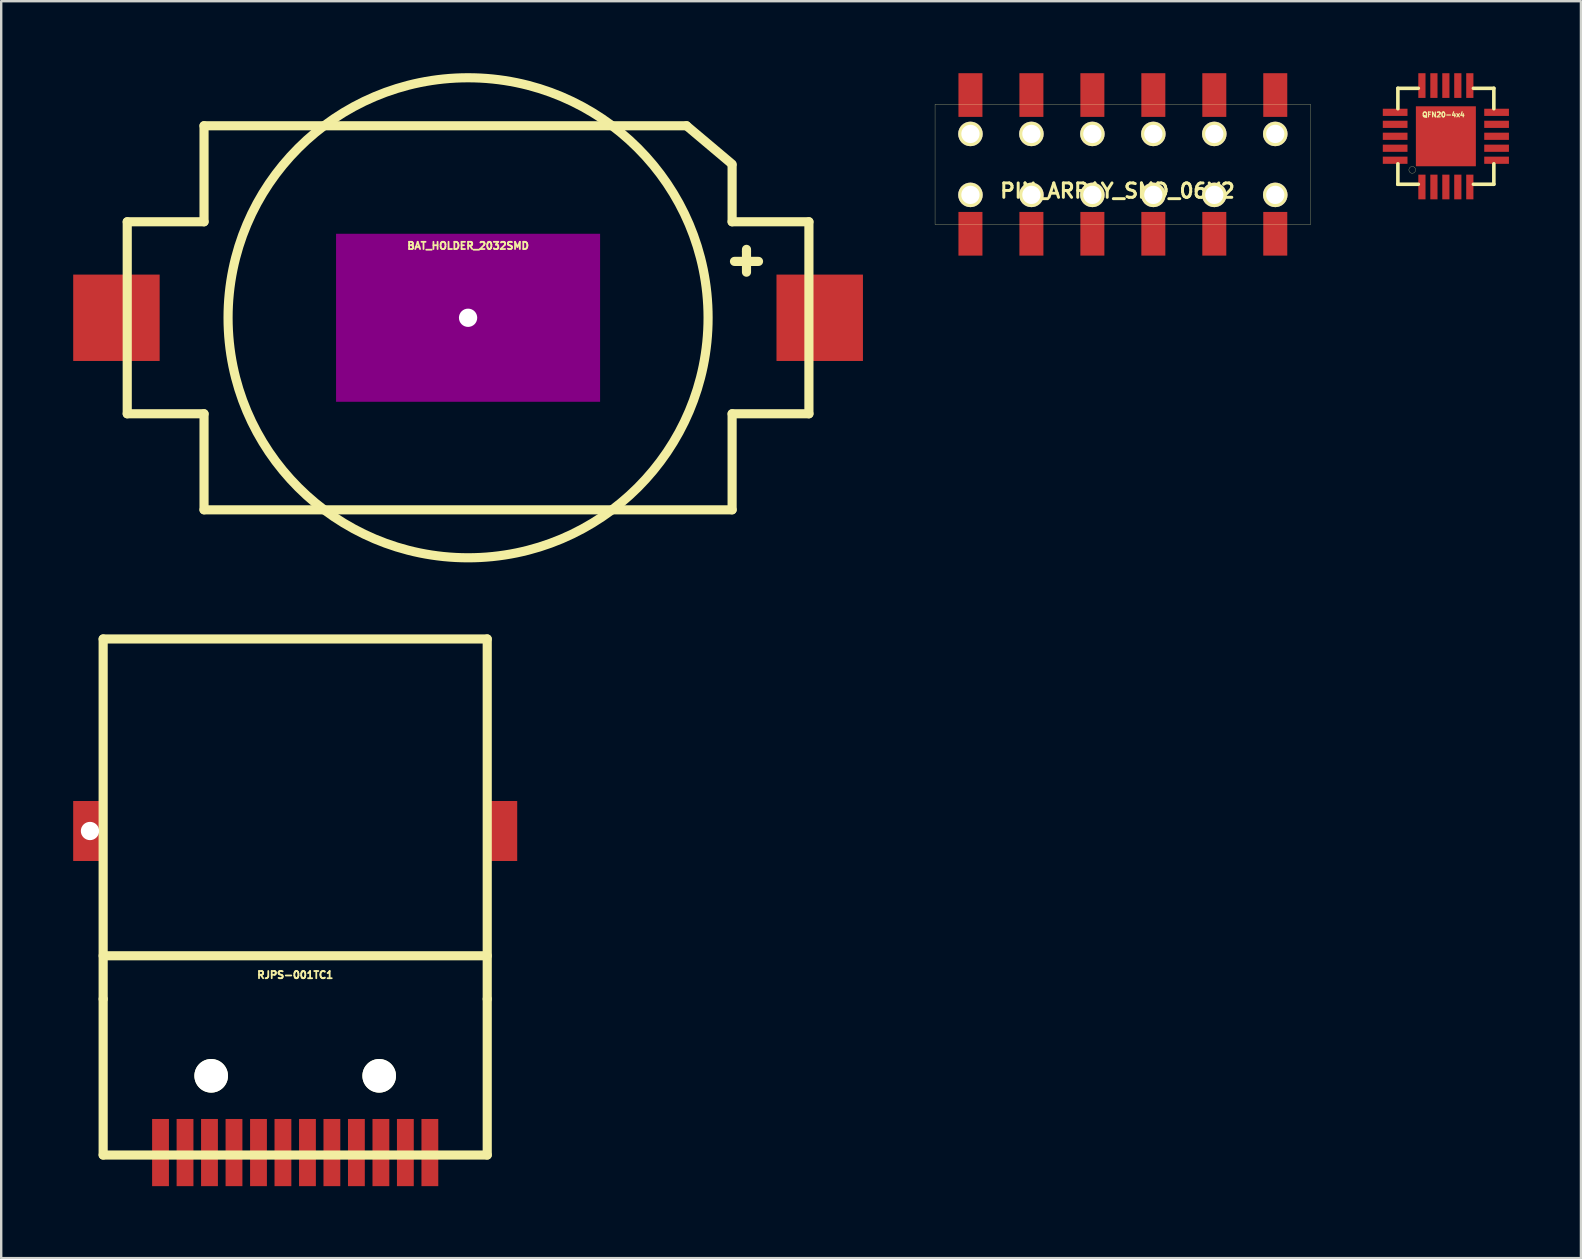
<source format=kicad_pcb>
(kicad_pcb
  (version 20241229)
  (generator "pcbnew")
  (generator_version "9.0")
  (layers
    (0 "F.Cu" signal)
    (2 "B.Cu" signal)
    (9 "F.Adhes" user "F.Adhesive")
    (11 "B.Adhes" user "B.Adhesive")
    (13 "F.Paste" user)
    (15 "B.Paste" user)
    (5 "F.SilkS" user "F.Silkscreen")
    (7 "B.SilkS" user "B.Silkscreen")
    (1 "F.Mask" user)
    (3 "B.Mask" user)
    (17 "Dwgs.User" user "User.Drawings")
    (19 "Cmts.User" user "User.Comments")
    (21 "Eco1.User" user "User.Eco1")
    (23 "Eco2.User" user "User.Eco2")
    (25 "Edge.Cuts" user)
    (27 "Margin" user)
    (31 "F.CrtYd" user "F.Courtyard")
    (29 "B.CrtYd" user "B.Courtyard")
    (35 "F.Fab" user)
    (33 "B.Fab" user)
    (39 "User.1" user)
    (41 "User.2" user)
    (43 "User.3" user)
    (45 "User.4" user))
  (footprint "PIN_ARRAY_SMD_06X2"
    (layer "F.Cu")
    (at 43.733 3.8)
    (property "Reference" "PIN_ARRAY_SMD_06X2" (at -0.225 1.1 0) (layer "F.SilkS") (effects (font (size 0.599 0.599) (thickness 0.124))))
    (attr through_hole)
    (fp_line (start -7.825 -2.5) (end 7.825 -2.5) (stroke (width 0.01) (type solid)) (layer "F.SilkS"))
    (fp_line (start -7.825 2.5) (end -7.825 -2.5) (stroke (width 0.01) (type solid)) (layer "F.SilkS"))
    (fp_line (start 7.825 -2.5) (end 7.825 2.5) (stroke (width 0.01) (type solid)) (layer "F.SilkS"))
    (fp_line (start 7.825 2.5) (end -7.825 2.5) (stroke (width 0.01) (type solid)) (layer "F.SilkS"))
    (pad "" np_thru_hole circle (at -6.35 -1.27) (size 1.02 1.02) (drill 0.762) (layers "*.Cu" "*.Mask" "F.SilkS"))
    (pad "" np_thru_hole circle (at -6.35 1.27) (size 1.02 1.02) (drill 0.762) (layers "*.Cu" "*.Mask" "F.SilkS"))
    (pad "" np_thru_hole circle (at -3.81 -1.27) (size 1.02 1.02) (drill 0.762) (layers "*.Cu" "*.Mask" "F.SilkS"))
    (pad "" np_thru_hole circle (at -3.81 1.27) (size 1.02 1.02) (drill 0.762) (layers "*.Cu" "*.Mask" "F.SilkS"))
    (pad "" np_thru_hole circle (at -1.27 -1.27) (size 1.02 1.02) (drill 0.762) (layers "*.Cu" "*.Mask" "F.SilkS"))
    (pad "" np_thru_hole circle (at -1.27 1.27) (size 1.02 1.02) (drill 0.762) (layers "*.Cu" "*.Mask" "F.SilkS"))
    (pad "" np_thru_hole circle (at 1.27 -1.27) (size 1.02 1.02) (drill 0.762) (layers "*.Cu" "*.Mask" "F.SilkS"))
    (pad "" np_thru_hole circle (at 1.27 1.27) (size 1.02 1.02) (drill 0.762) (layers "*.Cu" "*.Mask" "F.SilkS"))
    (pad "" np_thru_hole circle (at 3.81 -1.27) (size 1.02 1.02) (drill 0.762) (layers "*.Cu" "*.Mask" "F.SilkS"))
    (pad "" np_thru_hole circle (at 3.81 1.27) (size 1.02 1.02) (drill 0.762) (layers "*.Cu" "*.Mask" "F.SilkS"))
    (pad "" np_thru_hole circle (at 6.35 -1.27) (size 1.02 1.02) (drill 0.762) (layers "*.Cu" "*.Mask" "F.SilkS"))
    (pad "" np_thru_hole circle (at 6.35 1.27) (size 1.02 1.02) (drill 0.762) (layers "*.Cu" "*.Mask" "F.SilkS"))
    (pad "1" smd rect (at -6.35 2.89) (size 1 1.82) (layers "F.Cu" "F.Mask" "F.Paste"))
    (pad "2" smd rect (at -6.35 -2.89) (size 1 1.82) (layers "F.Cu" "F.Mask" "F.Paste"))
    (pad "3" smd rect (at -3.81 2.89) (size 1 1.82) (layers "F.Cu" "F.Mask" "F.Paste"))
    (pad "4" smd rect (at -3.81 -2.89) (size 1 1.82) (layers "F.Cu" "F.Mask" "F.Paste"))
    (pad "5" smd rect (at -1.27 2.89) (size 1 1.82) (layers "F.Cu" "F.Mask" "F.Paste"))
    (pad "6" smd rect (at -1.27 -2.89) (size 1 1.82) (layers "F.Cu" "F.Mask" "F.Paste"))
    (pad "7" smd rect (at 1.27 2.89) (size 1 1.82) (layers "F.Cu" "F.Mask" "F.Paste"))
    (pad "8" smd rect (at 1.27 -2.89) (size 1 1.82) (layers "F.Cu" "F.Mask" "F.Paste"))
    (pad "9" smd rect (at 3.81 2.89) (size 1 1.82) (layers "F.Cu" "F.Mask" "F.Paste"))
    (pad "10" smd rect (at 3.81 -2.89) (size 1 1.82) (layers "F.Cu" "F.Mask" "F.Paste"))
    (pad "11" smd rect (at 6.35 2.89) (size 1 1.82) (layers "F.Cu" "F.Mask" "F.Paste"))
    (pad "12" smd rect (at 6.35 -2.89) (size 1 1.82) (layers "F.Cu" "F.Mask" "F.Paste")))
  (footprint "BAT_HOLDER_2032SMD"
    (layer "F.Cu")
    (at 16.452 10.19)
    (property "Reference" "BAT_HOLDER_2032SMD" (at 0 -3 0) (layer "F.SilkS") (effects (font (size 0.3 0.3) (thickness 0.076))))
    (attr through_hole)
    (fp_line (start -14.201 -4) (end -14.201 4) (stroke (width 0.381) (type solid)) (layer "F.SilkS"))
    (fp_line (start -11.001 -8.001) (end -11.001 -4) (stroke (width 0.381) (type solid)) (layer "F.SilkS"))
    (fp_line (start -11.001 -8.001) (end 9.101 -8.001) (stroke (width 0.381) (type solid)) (layer "F.SilkS"))
    (fp_line (start -11.001 -4) (end -14.201 -4) (stroke (width 0.381) (type solid)) (layer "F.SilkS"))
    (fp_line (start -11.001 4) (end -14.201 4) (stroke (width 0.381) (type solid)) (layer "F.SilkS"))
    (fp_line (start -11.001 8.001) (end -11.001 4) (stroke (width 0.381) (type solid)) (layer "F.SilkS"))
    (fp_line (start -11.001 8.001) (end 11.001 8.001) (stroke (width 0.381) (type solid)) (layer "F.SilkS"))
    (fp_line (start 9.101 -8.001) (end 11.001 -6.401) (stroke (width 0.381) (type solid)) (layer "F.SilkS"))
    (fp_line (start 11.001 -4) (end 11.001 -6.35) (stroke (width 0.381) (type solid)) (layer "F.SilkS"))
    (fp_line (start 11.001 -4) (end 14.201 -4) (stroke (width 0.381) (type solid)) (layer "F.SilkS"))
    (fp_line (start 11.001 4) (end 14.201 4) (stroke (width 0.381) (type solid)) (layer "F.SilkS"))
    (fp_line (start 11.001 8.001) (end 11.001 4) (stroke (width 0.381) (type solid)) (layer "F.SilkS"))
    (fp_line (start 11.1 -2.349) (end 12.101 -2.349) (stroke (width 0.381) (type solid)) (layer "F.SilkS"))
    (fp_line (start 11.6 -2.751) (end 11.6 -2.85) (stroke (width 0.381) (type solid)) (layer "F.SilkS"))
    (fp_line (start 11.6 -1.9) (end 11.6 -2.751) (stroke (width 0.381) (type solid)) (layer "F.SilkS"))
    (fp_line (start 14.201 4) (end 14.201 -4) (stroke (width 0.381) (type solid)) (layer "F.SilkS"))
    (fp_circle (center 0 0) (end 0 10) (stroke (width 0.381) (type solid)) (fill no) (layer "F.SilkS"))
    (pad "" np_thru_hole rect (at 0 0) (size 11.001 7) (drill 0.762) (layers "F.Adhes"))
    (pad "1" smd rect (at 14.651 0) (size 3.602 3.599) (layers "F.Cu" "F.Mask" "F.Paste"))
    (pad "2" smd rect (at -14.651 0) (size 3.602 3.599) (layers "F.Cu" "F.Mask" "F.Paste")))
  (footprint "QFN20-4x4"
    (layer "F.Cu")
    (at 57.191 2.628)
    (property "Reference" "QFN20-4x4" (at -0.1 -0.9 0) (layer "F.SilkS") (effects (font (size 0.2 0.2) (thickness 0.05))))
    (attr through_hole)
    (fp_line (start -1.999 -1.999) (end -1.999 -1.148) (stroke (width 0.15) (type solid)) (layer "F.SilkS"))
    (fp_line (start -1.999 -1.999) (end -1.148 -1.999) (stroke (width 0.15) (type solid)) (layer "F.SilkS"))
    (fp_line (start -1.999 1.148) (end -1.999 1.999) (stroke (width 0.15) (type solid)) (layer "F.SilkS"))
    (fp_line (start -1.999 1.999) (end -1.999 1.999) (stroke (width 0.15) (type solid)) (layer "F.SilkS"))
    (fp_line (start -1.999 1.999) (end -1.148 1.999) (stroke (width 0.15) (type solid)) (layer "F.SilkS"))
    (fp_line (start 1.148 -1.999) (end 1.999 -1.999) (stroke (width 0.15) (type solid)) (layer "F.SilkS"))
    (fp_line (start 1.148 1.999) (end 1.999 1.999) (stroke (width 0.15) (type solid)) (layer "F.SilkS"))
    (fp_line (start 1.999 -1.999) (end 1.999 -1.148) (stroke (width 0.15) (type solid)) (layer "F.SilkS"))
    (fp_line (start 1.999 1.148) (end 1.999 1.999) (stroke (width 0.15) (type solid)) (layer "F.SilkS"))
    (fp_circle (center -1.4 1.4) (end -1.3 1.5) (stroke (width 0.01) (type solid)) (fill no) (layer "F.SilkS"))
    (pad "1" smd rect (at -0.998 2.113 180) (size 0.3 1.029) (layers "F.Cu" "F.Mask" "F.Paste"))
    (pad "2" smd rect (at -0.498 2.113 180) (size 0.3 1.029) (layers "F.Cu" "F.Mask" "F.Paste"))
    (pad "3" smd rect (at 0 2.113 180) (size 0.3 1.029) (layers "F.Cu" "F.Mask" "F.Paste"))
    (pad "4" smd rect (at 0.498 2.113 180) (size 0.3 1.029) (layers "F.Cu" "F.Mask" "F.Paste"))
    (pad "5" smd rect (at 0.998 2.113 180) (size 0.3 1.029) (layers "F.Cu" "F.Mask" "F.Paste"))
    (pad "6" smd rect (at 2.113 0.998 270) (size 0.3 1.029) (layers "F.Cu" "F.Mask" "F.Paste"))
    (pad "7" smd rect (at 2.113 0.498 270) (size 0.3 1.029) (layers "F.Cu" "F.Mask" "F.Paste"))
    (pad "8" smd rect (at 2.113 0 270) (size 0.3 1.029) (layers "F.Cu" "F.Mask" "F.Paste"))
    (pad "9" smd rect (at 2.113 -0.498 270) (size 0.3 1.029) (layers "F.Cu" "F.Mask" "F.Paste"))
    (pad "10" smd rect (at 2.113 -0.998 270) (size 0.3 1.029) (layers "F.Cu" "F.Mask" "F.Paste"))
    (pad "11" smd rect (at 0.998 -2.113) (size 0.3 1.029) (layers "F.Cu" "F.Mask" "F.Paste"))
    (pad "12" smd rect (at 0.498 -2.113) (size 0.3 1.029) (layers "F.Cu" "F.Mask" "F.Paste"))
    (pad "13" smd rect (at 0 -2.113) (size 0.3 1.029) (layers "F.Cu" "F.Mask" "F.Paste"))
    (pad "14" smd rect (at -0.498 -2.113) (size 0.3 1.029) (layers "F.Cu" "F.Mask" "F.Paste"))
    (pad "15" smd rect (at -0.998 -2.113) (size 0.3 1.029) (layers "F.Cu" "F.Mask" "F.Paste"))
    (pad "16" smd rect (at -2.113 -0.998 90) (size 0.3 1.029) (layers "F.Cu" "F.Mask" "F.Paste"))
    (pad "17" smd rect (at -2.113 -0.498 90) (size 0.3 1.029) (layers "F.Cu" "F.Mask" "F.Paste"))
    (pad "18" smd rect (at -2.113 0 90) (size 0.3 1.029) (layers "F.Cu" "F.Mask" "F.Paste"))
    (pad "19" smd rect (at -2.113 0.498 90) (size 0.3 1.029) (layers "F.Cu" "F.Mask" "F.Paste"))
    (pad "20" smd rect (at -2.113 0.998 90) (size 0.3 1.029) (layers "F.Cu" "F.Mask" "F.Paste"))
    (pad "EP" smd rect (at 0 0) (size 2.499 2.499) (layers "F.Cu" "F.Mask" "F.Paste")))
  (footprint "RJPS-001TC1"
    (layer "F.Cu")
    (at 9.249 37.572)
    (property "Reference" "RJPS-001TC1" (at 0 0 0) (layer "F.SilkS") (effects (font (size 0.3 0.3) (thickness 0.076))))
    (attr through_hole)
    (fp_line (start -8.001 -14) (end 8.001 -14) (stroke (width 0.381) (type solid)) (layer "F.SilkS"))
    (fp_line (start -8.001 1.001) (end -8.001 -14) (stroke (width 0.381) (type solid)) (layer "F.SilkS"))
    (fp_line (start -8.001 1.001) (end -8.001 7.501) (stroke (width 0.381) (type solid)) (layer "F.SilkS"))
    (fp_line (start -8.001 7.501) (end 8.001 7.501) (stroke (width 0.381) (type solid)) (layer "F.SilkS"))
    (fp_line (start 8.001 -14) (end 8.001 1.001) (stroke (width 0.381) (type solid)) (layer "F.SilkS"))
    (fp_line (start 8.001 -0.8) (end -8.001 -0.8) (stroke (width 0.381) (type solid)) (layer "F.SilkS"))
    (fp_line (start 8.001 7.501) (end 8.001 1.001) (stroke (width 0.381) (type solid)) (layer "F.SilkS"))
    (pad "" np_thru_hole rect (at -8.55 -5.999) (size 1.4 2.499) (drill 0.762) (layers "F.Cu" "F.Mask" "F.Paste"))
    (pad "" np_thru_hole circle (at -3.5 4.201) (size 1.4 1.4) (drill 1.4) (layers "*.Cu" "*.Mask" "F.SilkS"))
    (pad "" np_thru_hole circle (at 3.5 4.201) (size 1.4 1.4) (drill 1.4) (layers "*.Cu" "*.Mask" "F.SilkS"))
    (pad "1" smd rect (at -5.611 7.399) (size 0.701 2.799) (layers "F.Cu" "F.Mask" "F.Paste"))
    (pad "2" smd rect (at -4.59 7.399) (size 0.701 2.799) (layers "F.Cu" "F.Mask" "F.Paste"))
    (pad "3" smd rect (at -3.571 7.399) (size 0.701 2.799) (layers "F.Cu" "F.Mask" "F.Paste"))
    (pad "4" smd rect (at -2.55 7.399) (size 0.701 2.799) (layers "F.Cu" "F.Mask" "F.Paste"))
    (pad "5" smd rect (at -1.529 7.399) (size 0.701 2.799) (layers "F.Cu" "F.Mask" "F.Paste"))
    (pad "6" smd rect (at -0.511 7.399) (size 0.701 2.799) (layers "F.Cu" "F.Mask" "F.Paste"))
    (pad "7" smd rect (at 0.511 7.399) (size 0.701 2.799) (layers "F.Cu" "F.Mask" "F.Paste"))
    (pad "8" smd rect (at 1.529 7.399) (size 0.701 2.799) (layers "F.Cu" "F.Mask" "F.Paste"))
    (pad "9" smd rect (at 2.55 7.399) (size 0.701 2.799) (layers "F.Cu" "F.Mask" "F.Paste"))
    (pad "10" smd rect (at 3.571 7.399) (size 0.701 2.799) (layers "F.Cu" "F.Mask" "F.Paste"))
    (pad "11" smd rect (at 4.59 7.399) (size 0.701 2.799) (layers "F.Cu" "F.Mask" "F.Paste"))
    (pad "12" smd rect (at 5.611 7.399) (size 0.701 2.799) (layers "F.Cu" "F.Mask" "F.Paste"))
    (pad "SHD" smd rect (at 8.55 -5.999) (size 1.4 2.499) (layers "F.Cu" "F.Mask" "F.Paste")))
  (gr_rect
    (start -3 -3)
    (end 62.819 49.37)
    (stroke (width 0.1) (type default))
    (fill no)
    (layer "Edge.Cuts")))
</source>
